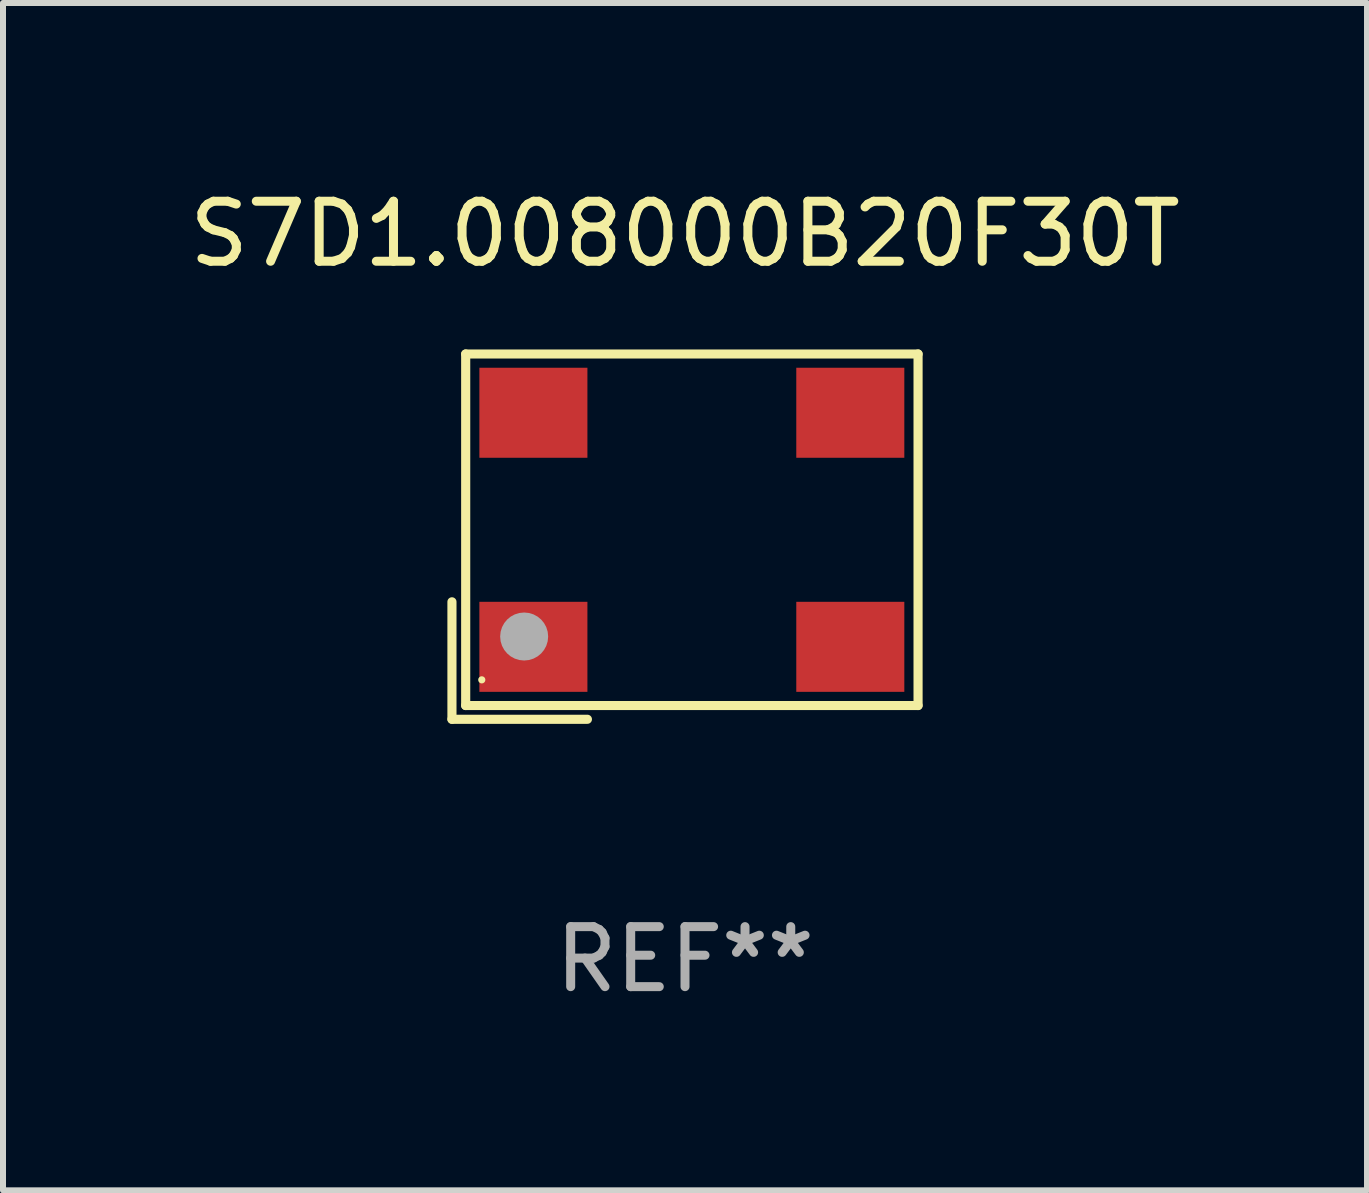
<source format=kicad_pcb>
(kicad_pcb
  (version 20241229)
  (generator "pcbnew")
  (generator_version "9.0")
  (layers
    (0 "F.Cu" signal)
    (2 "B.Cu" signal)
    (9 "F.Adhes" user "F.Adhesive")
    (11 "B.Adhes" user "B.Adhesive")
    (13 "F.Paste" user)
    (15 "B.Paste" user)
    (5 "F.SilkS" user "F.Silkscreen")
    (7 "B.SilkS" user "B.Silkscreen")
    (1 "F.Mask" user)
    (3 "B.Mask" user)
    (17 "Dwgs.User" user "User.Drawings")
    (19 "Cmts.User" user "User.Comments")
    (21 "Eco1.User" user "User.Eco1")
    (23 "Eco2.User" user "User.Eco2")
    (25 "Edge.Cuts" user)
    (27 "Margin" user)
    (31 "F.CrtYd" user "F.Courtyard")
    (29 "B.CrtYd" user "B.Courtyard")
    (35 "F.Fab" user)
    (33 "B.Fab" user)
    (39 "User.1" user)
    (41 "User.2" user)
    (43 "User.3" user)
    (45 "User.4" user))
  (footprint "S7D1.008000B20F30T"
    (layer "F.Cu")
    (at 8.363 5.891)
    (property "Reference" "S7D1.008000B20F30T" (at 0 -5.043 0) (layer "F.SilkS") (effects (font (size 1 1) (thickness 0.15))))
    (attr through_hole)
    (fp_line (start -3.883 1.086) (end -3.883 3.043) (stroke (width 0.152) (type solid)) (layer "F.SilkS"))
    (fp_line (start -3.883 3.043) (end -1.626 3.043) (stroke (width 0.152) (type solid)) (layer "F.SilkS"))
    (fp_line (start -3.654 -3.043) (end 3.883 -3.043) (stroke (width 0.152) (type solid)) (layer "F.SilkS"))
    (fp_line (start -3.654 2.814) (end -3.654 -3.043) (stroke (width 0.152) (type solid)) (layer "F.SilkS"))
    (fp_line (start 3.883 -3.043) (end 3.883 2.814) (stroke (width 0.152) (type solid)) (layer "F.SilkS"))
    (fp_line (start 3.883 2.814) (end -3.654 2.814) (stroke (width 0.152) (type solid)) (layer "F.SilkS"))
    (fp_circle (center -3.386 2.386) (end -3.356 2.386) (stroke (width 0.06) (type solid)) (fill no) (layer "F.SilkS"))
    (fp_circle (center -2.68 1.664) (end -2.48 1.664) (stroke (width 0.4) (type solid)) (fill no) (layer "F.Fab"))
    (fp_text user "REF**" (at 0 7.043 0) (layer "F.Fab") (effects (font (size 1 1) (thickness 0.15))))
    (pad "1" smd rect (at -2.526 1.836) (size 1.8 1.5) (layers "F.Cu" "F.Mask" "F.Paste"))
    (pad "2" smd rect (at 2.754 1.836) (size 1.8 1.5) (layers "F.Cu" "F.Mask" "F.Paste"))
    (pad "3" smd rect (at 2.754 -2.064) (size 1.8 1.5) (layers "F.Cu" "F.Mask" "F.Paste"))
    (pad "4" smd rect (at -2.526 -2.064) (size 1.8 1.5) (layers "F.Cu" "F.Mask" "F.Paste")))
  (gr_rect
    (start -3 -3)
    (end 19.726 16.782)
    (stroke (width 0.1) (type default))
    (fill no)
    (layer "Edge.Cuts")))
</source>
